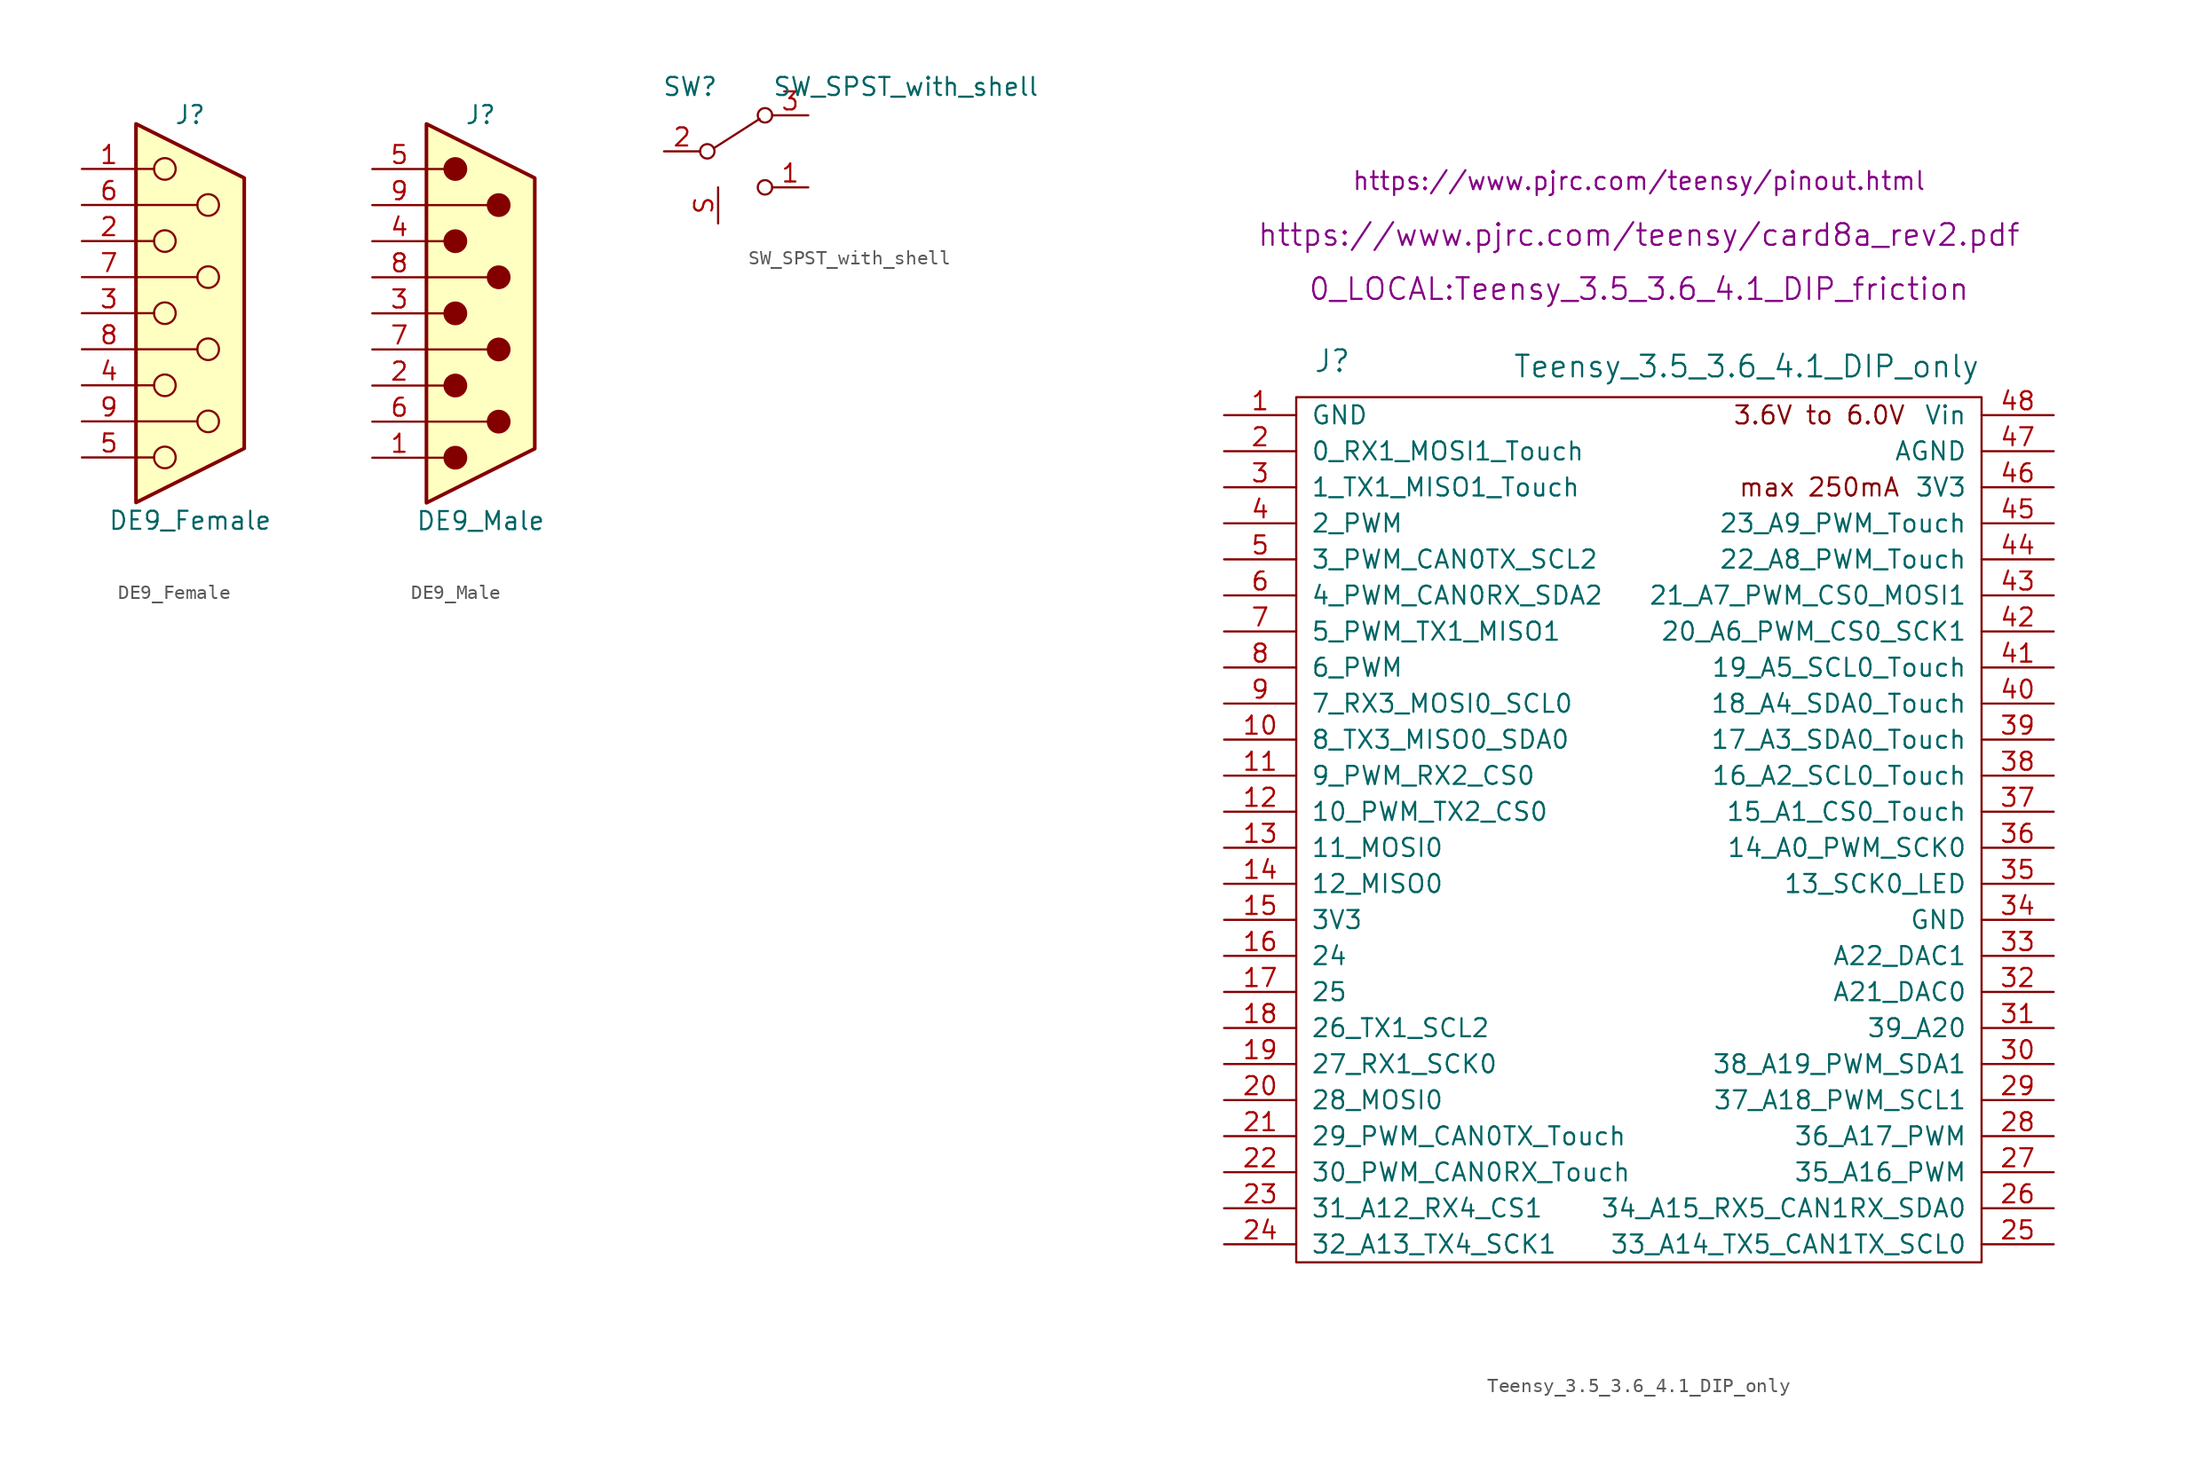
<source format=kicad_sym>
(kicad_symbol_lib
  (version 20211014)
  (generator kicad_symbol_editor)
  (symbol "DE9_Female"
    (pin_names
      (offset 1.016) hide)
    (property "Reference" "J"
      (at 0 13.97 0)
      (effects (font (size 1.27 1.27))))
    (property "Value" "DE9_Female"
      (at 0 -14.605 0)
      (effects (font (size 1.27 1.27))))
    (symbol "DE9_Female_0_1"
      (circle (center -1.778 -10.16) (radius 0.762) (stroke (width 0) (type default) (color 0 0 0 0)) (fill (type none)))
      (circle (center -1.778 -5.08) (radius 0.762) (stroke (width 0) (type default) (color 0 0 0 0)) (fill (type none)))
      (circle (center -1.778 0) (radius 0.762) (stroke (width 0) (type default) (color 0 0 0 0)) (fill (type none)))
      (circle (center -1.778 5.08) (radius 0.762) (stroke (width 0) (type default) (color 0 0 0 0)) (fill (type none)))
      (circle (center -1.778 10.16) (radius 0.762) (stroke (width 0) (type default) (color 0 0 0 0)) (fill (type none)))
      (polyline (pts (xy -3.81 -10.16) (xy -2.54 -10.16)) (stroke (width 0) (type default) (color 0 0 0 0)) (fill (type none)))
      (polyline (pts (xy -3.81 -7.62) (xy 0.508 -7.62)) (stroke (width 0) (type default) (color 0 0 0 0)) (fill (type none)))
      (polyline (pts (xy -3.81 -5.08) (xy -2.54 -5.08)) (stroke (width 0) (type default) (color 0 0 0 0)) (fill (type none)))
      (polyline (pts (xy -3.81 -2.54) (xy 0.508 -2.54)) (stroke (width 0) (type default) (color 0 0 0 0)) (fill (type none)))
      (polyline (pts (xy -3.81 0) (xy -2.54 0)) (stroke (width 0) (type default) (color 0 0 0 0)) (fill (type none)))
      (polyline (pts (xy -3.81 2.54) (xy 0.508 2.54)) (stroke (width 0) (type default) (color 0 0 0 0)) (fill (type none)))
      (polyline (pts (xy -3.81 5.08) (xy -2.54 5.08)) (stroke (width 0) (type default) (color 0 0 0 0)) (fill (type none)))
      (polyline (pts (xy -3.81 7.62) (xy 0.508 7.62)) (stroke (width 0) (type default) (color 0 0 0 0)) (fill (type none)))
      (polyline (pts (xy -3.81 10.16) (xy -2.54 10.16)) (stroke (width 0) (type default) (color 0 0 0 0)) (fill (type none)))
      (polyline (pts (xy -3.81 13.335) (xy -3.81 -13.335) (xy 3.81 -9.525) (xy 3.81 9.525) (xy -3.81 13.335)) (stroke (width 0.254) (type default) (color 0 0 0 0)) (fill (type background)))
      (circle (center 1.27 -7.62) (radius 0.762) (stroke (width 0) (type default) (color 0 0 0 0)) (fill (type none)))
      (circle (center 1.27 -2.54) (radius 0.762) (stroke (width 0) (type default) (color 0 0 0 0)) (fill (type none)))
      (circle (center 1.27 2.54) (radius 0.762) (stroke (width 0) (type default) (color 0 0 0 0)) (fill (type none)))
      (circle (center 1.27 7.62) (radius 0.762) (stroke (width 0) (type default) (color 0 0 0 0)) (fill (type none))))
    (symbol "DE9_Female_1_1"
      (pin passive line (at -7.62 10.16 0) (length 3.81) (name "1" (effects (font (size 1.27 1.27)))) (number "1" (effects (font (size 1.27 1.27)))))
      (pin passive line (at -7.62 5.08 0) (length 3.81) (name "2" (effects (font (size 1.27 1.27)))) (number "2" (effects (font (size 1.27 1.27)))))
      (pin passive line (at -7.62 0 0) (length 3.81) (name "3" (effects (font (size 1.27 1.27)))) (number "3" (effects (font (size 1.27 1.27)))))
      (pin passive line (at -7.62 -5.08 0) (length 3.81) (name "4" (effects (font (size 1.27 1.27)))) (number "4" (effects (font (size 1.27 1.27)))))
      (pin passive line (at -7.62 -10.16 0) (length 3.81) (name "5" (effects (font (size 1.27 1.27)))) (number "5" (effects (font (size 1.27 1.27)))))
      (pin passive line (at -7.62 7.62 0) (length 3.81) (name "6" (effects (font (size 1.27 1.27)))) (number "6" (effects (font (size 1.27 1.27)))))
      (pin passive line (at -7.62 2.54 0) (length 3.81) (name "7" (effects (font (size 1.27 1.27)))) (number "7" (effects (font (size 1.27 1.27)))))
      (pin passive line (at -7.62 -2.54 0) (length 3.81) (name "8" (effects (font (size 1.27 1.27)))) (number "8" (effects (font (size 1.27 1.27)))))
      (pin passive line (at -7.62 -7.62 0) (length 3.81) (name "9" (effects (font (size 1.27 1.27)))) (number "9" (effects (font (size 1.27 1.27)))))))
  (symbol "DE9_Male"
    (pin_names
      (offset 1.016) hide)
    (property "Reference" "J"
      (at 0 13.97 0)
      (effects (font (size 1.27 1.27))))
    (property "Value" "DE9_Male"
      (at 0 -14.605 0)
      (effects (font (size 1.27 1.27))))
    (symbol "DE9_Male_0_1"
      (circle (center -1.778 -10.16) (radius 0.762) (stroke (width 0) (type default) (color 0 0 0 0)) (fill (type outline)))
      (circle (center -1.778 -5.08) (radius 0.762) (stroke (width 0) (type default) (color 0 0 0 0)) (fill (type outline)))
      (circle (center -1.778 0) (radius 0.762) (stroke (width 0) (type default) (color 0 0 0 0)) (fill (type outline)))
      (circle (center -1.778 5.08) (radius 0.762) (stroke (width 0) (type default) (color 0 0 0 0)) (fill (type outline)))
      (circle (center -1.778 10.16) (radius 0.762) (stroke (width 0) (type default) (color 0 0 0 0)) (fill (type outline)))
      (polyline (pts (xy -3.81 -10.16) (xy -2.54 -10.16)) (stroke (width 0) (type default) (color 0 0 0 0)) (fill (type none)))
      (polyline (pts (xy -3.81 -7.62) (xy 0.508 -7.62)) (stroke (width 0) (type default) (color 0 0 0 0)) (fill (type none)))
      (polyline (pts (xy -3.81 -5.08) (xy -2.54 -5.08)) (stroke (width 0) (type default) (color 0 0 0 0)) (fill (type none)))
      (polyline (pts (xy -3.81 -2.54) (xy 0.508 -2.54)) (stroke (width 0) (type default) (color 0 0 0 0)) (fill (type none)))
      (polyline (pts (xy -3.81 0) (xy -2.54 0)) (stroke (width 0) (type default) (color 0 0 0 0)) (fill (type none)))
      (polyline (pts (xy -3.81 2.54) (xy 0.508 2.54)) (stroke (width 0) (type default) (color 0 0 0 0)) (fill (type none)))
      (polyline (pts (xy -3.81 5.08) (xy -2.54 5.08)) (stroke (width 0) (type default) (color 0 0 0 0)) (fill (type none)))
      (polyline (pts (xy -3.81 7.62) (xy 0.508 7.62)) (stroke (width 0) (type default) (color 0 0 0 0)) (fill (type none)))
      (polyline (pts (xy -3.81 10.16) (xy -2.54 10.16)) (stroke (width 0) (type default) (color 0 0 0 0)) (fill (type none)))
      (polyline (pts (xy -3.81 -13.335) (xy -3.81 13.335) (xy 3.81 9.525) (xy 3.81 -9.525) (xy -3.81 -13.335)) (stroke (width 0.254) (type default) (color 0 0 0 0)) (fill (type background)))
      (circle (center 1.27 -7.62) (radius 0.762) (stroke (width 0) (type default) (color 0 0 0 0)) (fill (type outline)))
      (circle (center 1.27 -2.54) (radius 0.762) (stroke (width 0) (type default) (color 0 0 0 0)) (fill (type outline)))
      (circle (center 1.27 2.54) (radius 0.762) (stroke (width 0) (type default) (color 0 0 0 0)) (fill (type outline)))
      (circle (center 1.27 7.62) (radius 0.762) (stroke (width 0) (type default) (color 0 0 0 0)) (fill (type outline))))
    (symbol "DE9_Male_1_1"
      (pin passive line (at -7.62 -10.16 0) (length 3.81) (name "1" (effects (font (size 1.27 1.27)))) (number "1" (effects (font (size 1.27 1.27)))))
      (pin passive line (at -7.62 -5.08 0) (length 3.81) (name "2" (effects (font (size 1.27 1.27)))) (number "2" (effects (font (size 1.27 1.27)))))
      (pin passive line (at -7.62 0 0) (length 3.81) (name "3" (effects (font (size 1.27 1.27)))) (number "3" (effects (font (size 1.27 1.27)))))
      (pin passive line (at -7.62 5.08 0) (length 3.81) (name "4" (effects (font (size 1.27 1.27)))) (number "4" (effects (font (size 1.27 1.27)))))
      (pin passive line (at -7.62 10.16 0) (length 3.81) (name "5" (effects (font (size 1.27 1.27)))) (number "5" (effects (font (size 1.27 1.27)))))
      (pin passive line (at -7.62 -7.62 0) (length 3.81) (name "6" (effects (font (size 1.27 1.27)))) (number "6" (effects (font (size 1.27 1.27)))))
      (pin passive line (at -7.62 -2.54 0) (length 3.81) (name "7" (effects (font (size 1.27 1.27)))) (number "7" (effects (font (size 1.27 1.27)))))
      (pin passive line (at -7.62 2.54 0) (length 3.81) (name "8" (effects (font (size 1.27 1.27)))) (number "8" (effects (font (size 1.27 1.27)))))
      (pin passive line (at -7.62 7.62 0) (length 3.81) (name "9" (effects (font (size 1.27 1.27)))) (number "9" (effects (font (size 1.27 1.27)))))))
  (symbol "SW_SPST_with_shell"
    (pin_names
      (offset 0) hide)
    (property "Reference" "SW"
      (at -1.27 3.81 0)
      (effects (font (size 1.27 1.27)) (justify right bottom)))
    (property "Value" "SW_SPST_with_shell"
      (at 2.54 3.81 0)
      (effects (font (size 1.27 1.27)) (justify left bottom)))
    (symbol "SW_SPST_with_shell_0_0"
      (circle (center -2.032 0) (radius 0.508) (stroke (width 0) (type default) (color 0 0 0 0)) (fill (type none)))
      (circle (center 2.032 -2.54) (radius 0.508) (stroke (width 0) (type default) (color 0 0 0 0)) (fill (type none))))
    (symbol "SW_SPST_with_shell_0_1"
      (polyline (pts (xy -1.524 0.254) (xy 1.651 2.286)) (stroke (width 0) (type default) (color 0 0 0 0)) (fill (type none)))
      (circle (center 2.032 2.54) (radius 0.508) (stroke (width 0) (type default) (color 0 0 0 0)) (fill (type none))))
    (symbol "SW_SPST_with_shell_1_1"
      (pin passive line (at 5.08 -2.54 180) (length 2.54) (name "~" (effects (font (size 1.27 1.27)))) (number "1" (effects (font (size 1.27 1.27)))))
      (pin passive line (at -5.08 0 0) (length 2.54) (name "Common" (effects (font (size 1.27 1.27)))) (number "2" (effects (font (size 1.27 1.27)))))
      (pin passive line (at 5.08 2.54 180) (length 2.54) (name "~" (effects (font (size 1.27 1.27)))) (number "3" (effects (font (size 1.27 1.27)))))
      (pin passive line (at -1.27 -5.08 90) (length 2.54) (name "Shell" (effects (font (size 1.27 1.27)))) (number "S" (effects (font (size 1.27 1.27)))))))
  (symbol "Teensy_3.5_3.6_4.1_DIP_only"
    (pin_names
      (offset 1.016))
    (property "Reference" "J"
      (at -21.59 33.02 0)
      (effects (font (size 1.524 1.524))))
    (property "Value" "Teensy_3.5_3.6_4.1_DIP_only"
      (at -8.89 31.75 0)
      (effects (font (size 1.524 1.524)) (justify left bottom)))
    (property "Footprint" "0_LOCAL:Teensy_3.5_3.6_4.1_DIP_friction"
      (at 0 38.1 0)
      (effects (font (size 1.524 1.524))))
    (property "Datasheet" "https://www.pjrc.com/teensy/card8a_rev2.pdf"
      (at 0 41.91 0)
      (effects (font (size 1.524 1.524))))
    (property "Pinouts" "https://www.pjrc.com/teensy/pinout.html"
      (at 0 45.72 0)
      (effects (font (size 1.27 1.27))))
    (symbol "Teensy_3.5_3.6_4.1_DIP_only_0_0"
      (text "3.6V to 6.0V" (at 12.7 29.21 0) (effects (font (size 1.27 1.27))))
      (text "max 250mA" (at 12.7 24.13 0) (effects (font (size 1.27 1.27)))))
    (symbol "Teensy_3.5_3.6_4.1_DIP_only_0_1"
      (rectangle (start -24.13 30.48) (end 24.13 -30.48) (stroke (width 0) (type default) (color 0 0 0 0)) (fill (type none))))
    (symbol "Teensy_3.5_3.6_4.1_DIP_only_1_1"
      (pin power_in line (at -29.21 29.21 0) (length 5.08) (name "GND" (effects (font (size 1.27 1.27)))) (number "1" (effects (font (size 1.27 1.27)))))
      (pin bidirectional line (at -29.21 6.35 0) (length 5.08) (name "8_TX3_MISO0_SDA0" (effects (font (size 1.27 1.27)))) (number "10" (effects (font (size 1.27 1.27)))))
      (pin bidirectional line (at -29.21 3.81 0) (length 5.08) (name "9_PWM_RX2_CS0" (effects (font (size 1.27 1.27)))) (number "11" (effects (font (size 1.27 1.27)))))
      (pin bidirectional line (at -29.21 1.27 0) (length 5.08) (name "10_PWM_TX2_CS0" (effects (font (size 1.27 1.27)))) (number "12" (effects (font (size 1.27 1.27)))))
      (pin bidirectional line (at -29.21 -1.27 0) (length 5.08) (name "11_MOSI0" (effects (font (size 1.27 1.27)))) (number "13" (effects (font (size 1.27 1.27)))))
      (pin bidirectional line (at -29.21 -3.81 0) (length 5.08) (name "12_MISO0" (effects (font (size 1.27 1.27)))) (number "14" (effects (font (size 1.27 1.27)))))
      (pin power_out line (at -29.21 -6.35 0) (length 5.08) (name "3V3" (effects (font (size 1.27 1.27)))) (number "15" (effects (font (size 1.27 1.27)))))
      (pin bidirectional line (at -29.21 -8.89 0) (length 5.08) (name "24" (effects (font (size 1.27 1.27)))) (number "16" (effects (font (size 1.27 1.27)))))
      (pin bidirectional line (at -29.21 -11.43 0) (length 5.08) (name "25" (effects (font (size 1.27 1.27)))) (number "17" (effects (font (size 1.27 1.27)))))
      (pin bidirectional line (at -29.21 -13.97 0) (length 5.08) (name "26_TX1_SCL2" (effects (font (size 1.27 1.27)))) (number "18" (effects (font (size 1.27 1.27)))))
      (pin bidirectional line (at -29.21 -16.51 0) (length 5.08) (name "27_RX1_SCK0" (effects (font (size 1.27 1.27)))) (number "19" (effects (font (size 1.27 1.27)))))
      (pin bidirectional line (at -29.21 26.67 0) (length 5.08) (name "0_RX1_MOSI1_Touch" (effects (font (size 1.27 1.27)))) (number "2" (effects (font (size 1.27 1.27)))))
      (pin bidirectional line (at -29.21 -19.05 0) (length 5.08) (name "28_MOSI0" (effects (font (size 1.27 1.27)))) (number "20" (effects (font (size 1.27 1.27)))))
      (pin bidirectional line (at -29.21 -21.59 0) (length 5.08) (name "29_PWM_CAN0TX_Touch" (effects (font (size 1.27 1.27)))) (number "21" (effects (font (size 1.27 1.27)))))
      (pin bidirectional line (at -29.21 -24.13 0) (length 5.08) (name "30_PWM_CAN0RX_Touch" (effects (font (size 1.27 1.27)))) (number "22" (effects (font (size 1.27 1.27)))))
      (pin bidirectional line (at -29.21 -26.67 0) (length 5.08) (name "31_A12_RX4_CS1" (effects (font (size 1.27 1.27)))) (number "23" (effects (font (size 1.27 1.27)))))
      (pin bidirectional line (at -29.21 -29.21 0) (length 5.08) (name "32_A13_TX4_SCK1" (effects (font (size 1.27 1.27)))) (number "24" (effects (font (size 1.27 1.27)))))
      (pin bidirectional line (at 29.21 -29.21 180) (length 5.08) (name "33_A14_TX5_CAN1TX_SCL0" (effects (font (size 1.27 1.27)))) (number "25" (effects (font (size 1.27 1.27)))))
      (pin bidirectional line (at 29.21 -26.67 180) (length 5.08) (name "34_A15_RX5_CAN1RX_SDA0" (effects (font (size 1.27 1.27)))) (number "26" (effects (font (size 1.27 1.27)))))
      (pin bidirectional line (at 29.21 -24.13 180) (length 5.08) (name "35_A16_PWM" (effects (font (size 1.27 1.27)))) (number "27" (effects (font (size 1.27 1.27)))))
      (pin bidirectional line (at 29.21 -21.59 180) (length 5.08) (name "36_A17_PWM" (effects (font (size 1.27 1.27)))) (number "28" (effects (font (size 1.27 1.27)))))
      (pin bidirectional line (at 29.21 -19.05 180) (length 5.08) (name "37_A18_PWM_SCL1" (effects (font (size 1.27 1.27)))) (number "29" (effects (font (size 1.27 1.27)))))
      (pin bidirectional line (at -29.21 24.13 0) (length 5.08) (name "1_TX1_MISO1_Touch" (effects (font (size 1.27 1.27)))) (number "3" (effects (font (size 1.27 1.27)))))
      (pin bidirectional line (at 29.21 -16.51 180) (length 5.08) (name "38_A19_PWM_SDA1" (effects (font (size 1.27 1.27)))) (number "30" (effects (font (size 1.27 1.27)))))
      (pin bidirectional line (at 29.21 -13.97 180) (length 5.08) (name "39_A20" (effects (font (size 1.27 1.27)))) (number "31" (effects (font (size 1.27 1.27)))))
      (pin bidirectional line (at 29.21 -11.43 180) (length 5.08) (name "A21_DAC0" (effects (font (size 1.27 1.27)))) (number "32" (effects (font (size 1.27 1.27)))))
      (pin bidirectional line (at 29.21 -8.89 180) (length 5.08) (name "A22_DAC1" (effects (font (size 1.27 1.27)))) (number "33" (effects (font (size 1.27 1.27)))))
      (pin power_in line (at 29.21 -6.35 180) (length 5.08) (name "GND" (effects (font (size 1.27 1.27)))) (number "34" (effects (font (size 1.27 1.27)))))
      (pin bidirectional line (at 29.21 -3.81 180) (length 5.08) (name "13_SCK0_LED" (effects (font (size 1.27 1.27)))) (number "35" (effects (font (size 1.27 1.27)))))
      (pin bidirectional line (at 29.21 -1.27 180) (length 5.08) (name "14_A0_PWM_SCK0" (effects (font (size 1.27 1.27)))) (number "36" (effects (font (size 1.27 1.27)))))
      (pin bidirectional line (at 29.21 1.27 180) (length 5.08) (name "15_A1_CS0_Touch" (effects (font (size 1.27 1.27)))) (number "37" (effects (font (size 1.27 1.27)))))
      (pin bidirectional line (at 29.21 3.81 180) (length 5.08) (name "16_A2_SCL0_Touch" (effects (font (size 1.27 1.27)))) (number "38" (effects (font (size 1.27 1.27)))))
      (pin bidirectional line (at 29.21 6.35 180) (length 5.08) (name "17_A3_SDA0_Touch" (effects (font (size 1.27 1.27)))) (number "39" (effects (font (size 1.27 1.27)))))
      (pin bidirectional line (at -29.21 21.59 0) (length 5.08) (name "2_PWM" (effects (font (size 1.27 1.27)))) (number "4" (effects (font (size 1.27 1.27)))))
      (pin bidirectional line (at 29.21 8.89 180) (length 5.08) (name "18_A4_SDA0_Touch" (effects (font (size 1.27 1.27)))) (number "40" (effects (font (size 1.27 1.27)))))
      (pin bidirectional line (at 29.21 11.43 180) (length 5.08) (name "19_A5_SCL0_Touch" (effects (font (size 1.27 1.27)))) (number "41" (effects (font (size 1.27 1.27)))))
      (pin bidirectional line (at 29.21 13.97 180) (length 5.08) (name "20_A6_PWM_CS0_SCK1" (effects (font (size 1.27 1.27)))) (number "42" (effects (font (size 1.27 1.27)))))
      (pin bidirectional line (at 29.21 16.51 180) (length 5.08) (name "21_A7_PWM_CS0_MOSI1" (effects (font (size 1.27 1.27)))) (number "43" (effects (font (size 1.27 1.27)))))
      (pin bidirectional line (at 29.21 19.05 180) (length 5.08) (name "22_A8_PWM_Touch" (effects (font (size 1.27 1.27)))) (number "44" (effects (font (size 1.27 1.27)))))
      (pin bidirectional line (at 29.21 21.59 180) (length 5.08) (name "23_A9_PWM_Touch" (effects (font (size 1.27 1.27)))) (number "45" (effects (font (size 1.27 1.27)))))
      (pin power_out line (at 29.21 24.13 180) (length 5.08) (name "3V3" (effects (font (size 1.27 1.27)))) (number "46" (effects (font (size 1.27 1.27)))))
      (pin power_out line (at 29.21 26.67 180) (length 5.08) (name "AGND" (effects (font (size 1.27 1.27)))) (number "47" (effects (font (size 1.27 1.27)))))
      (pin power_in line (at 29.21 29.21 180) (length 5.08) (name "Vin" (effects (font (size 1.27 1.27)))) (number "48" (effects (font (size 1.27 1.27)))))
      (pin bidirectional line (at -29.21 19.05 0) (length 5.08) (name "3_PWM_CAN0TX_SCL2" (effects (font (size 1.27 1.27)))) (number "5" (effects (font (size 1.27 1.27)))))
      (pin bidirectional line (at -29.21 16.51 0) (length 5.08) (name "4_PWM_CAN0RX_SDA2" (effects (font (size 1.27 1.27)))) (number "6" (effects (font (size 1.27 1.27)))))
      (pin bidirectional line (at -29.21 13.97 0) (length 5.08) (name "5_PWM_TX1_MISO1" (effects (font (size 1.27 1.27)))) (number "7" (effects (font (size 1.27 1.27)))))
      (pin bidirectional line (at -29.21 11.43 0) (length 5.08) (name "6_PWM" (effects (font (size 1.27 1.27)))) (number "8" (effects (font (size 1.27 1.27)))))
      (pin bidirectional line (at -29.21 8.89 0) (length 5.08) (name "7_RX3_MOSI0_SCL0" (effects (font (size 1.27 1.27)))) (number "9" (effects (font (size 1.27 1.27))))))))
</source>
